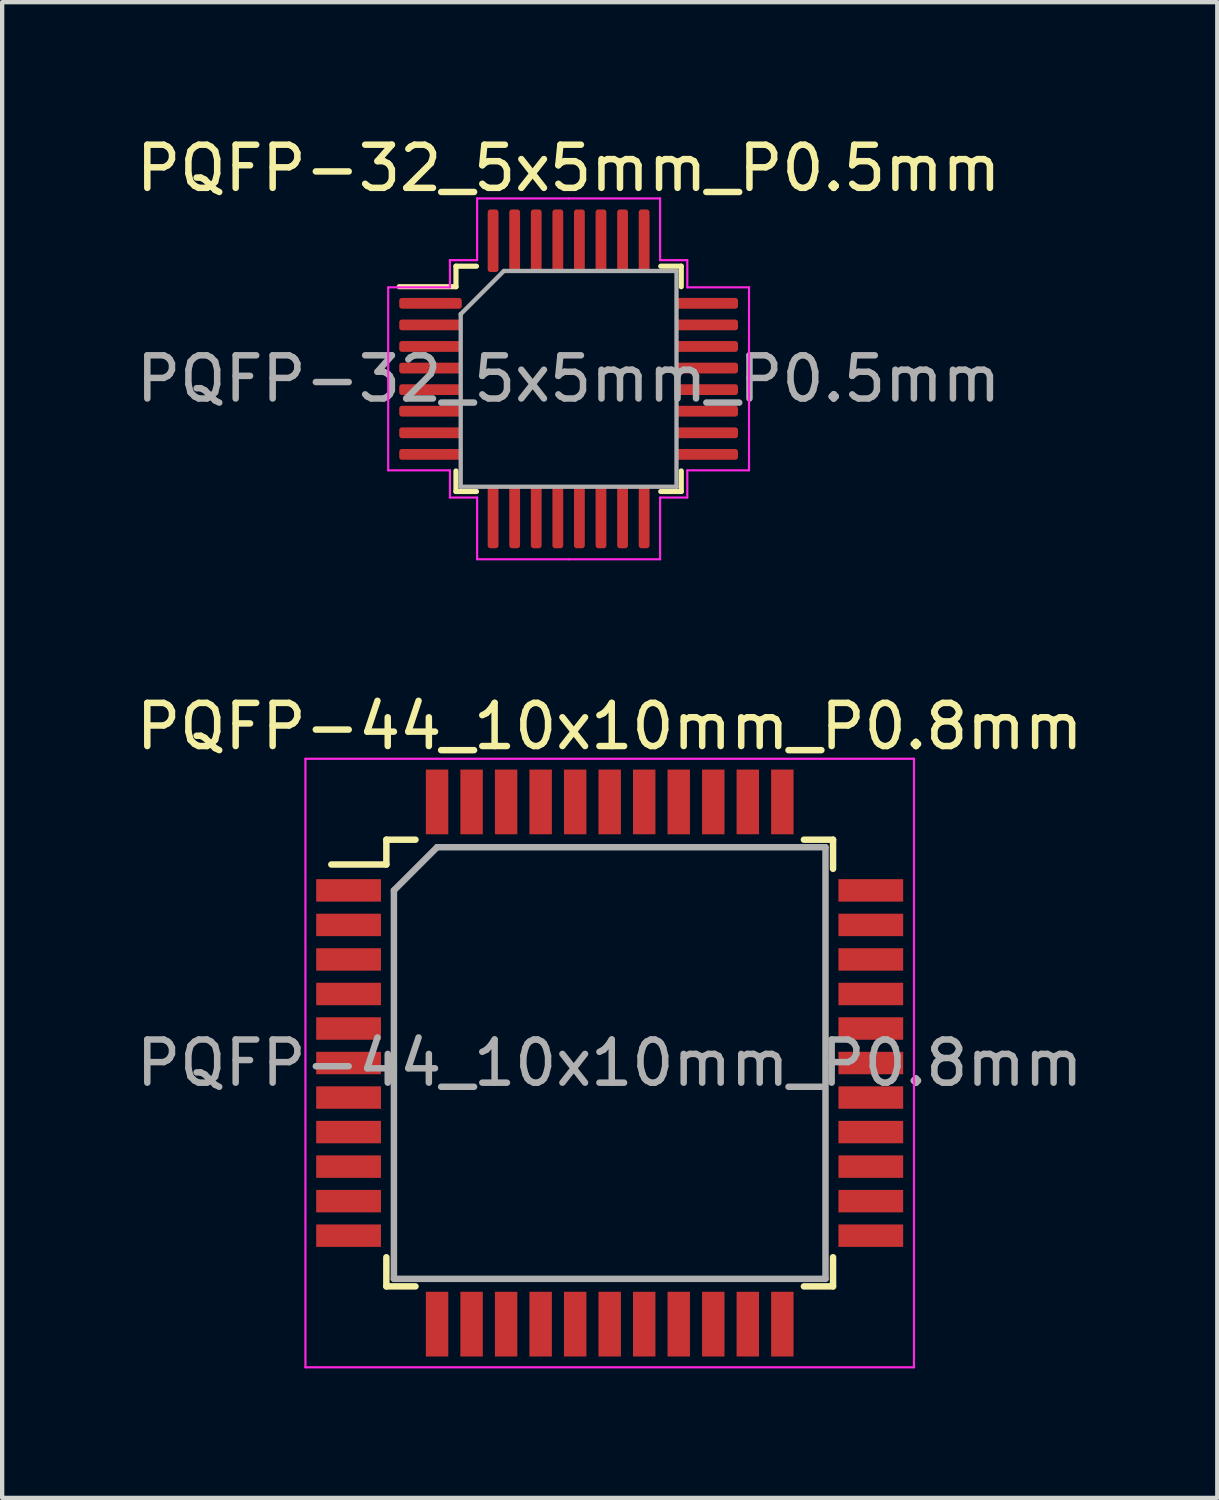
<source format=kicad_pcb>
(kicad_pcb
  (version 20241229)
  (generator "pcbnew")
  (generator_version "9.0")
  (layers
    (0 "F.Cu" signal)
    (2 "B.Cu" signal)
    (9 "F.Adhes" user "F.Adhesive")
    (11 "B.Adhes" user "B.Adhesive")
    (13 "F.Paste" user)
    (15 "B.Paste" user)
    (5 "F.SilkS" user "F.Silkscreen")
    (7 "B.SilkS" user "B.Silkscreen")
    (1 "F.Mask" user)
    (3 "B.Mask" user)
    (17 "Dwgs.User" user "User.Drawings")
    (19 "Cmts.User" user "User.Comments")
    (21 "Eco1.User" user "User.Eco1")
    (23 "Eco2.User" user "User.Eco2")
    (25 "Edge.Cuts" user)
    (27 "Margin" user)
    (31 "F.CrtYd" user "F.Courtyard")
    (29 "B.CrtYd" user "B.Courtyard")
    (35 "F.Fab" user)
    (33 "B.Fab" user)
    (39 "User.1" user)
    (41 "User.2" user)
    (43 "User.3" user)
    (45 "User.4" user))
  (footprint "PQFP-32_5x5mm_P0.5mm"
    (layer "F.Cu")
    (at 10.125 5.728)
    (property "Reference" "PQFP-32_5x5mm_P0.5mm" (at 0 -4.88 0) (layer "F.SilkS") (effects (font (size 1 1) (thickness 0.15))))
    (attr smd)
    (fp_line (start -2.61 -2.61) (end -2.61 -2.135) (stroke (width 0.12) (type solid)) (layer "F.SilkS"))
    (fp_line (start -2.61 -2.135) (end -3.925 -2.135) (stroke (width 0.12) (type solid)) (layer "F.SilkS"))
    (fp_line (start -2.61 2.61) (end -2.61 2.135) (stroke (width 0.12) (type solid)) (layer "F.SilkS"))
    (fp_line (start -2.135 -2.61) (end -2.61 -2.61) (stroke (width 0.12) (type solid)) (layer "F.SilkS"))
    (fp_line (start -2.135 2.61) (end -2.61 2.61) (stroke (width 0.12) (type solid)) (layer "F.SilkS"))
    (fp_line (start 2.135 -2.61) (end 2.61 -2.61) (stroke (width 0.12) (type solid)) (layer "F.SilkS"))
    (fp_line (start 2.135 2.61) (end 2.61 2.61) (stroke (width 0.12) (type solid)) (layer "F.SilkS"))
    (fp_line (start 2.61 -2.61) (end 2.61 -2.135) (stroke (width 0.12) (type solid)) (layer "F.SilkS"))
    (fp_line (start 2.61 2.61) (end 2.61 2.135) (stroke (width 0.12) (type solid)) (layer "F.SilkS"))
    (fp_line (start -4.18 -2.12) (end -4.18 0) (stroke (width 0.05) (type solid)) (layer "F.CrtYd"))
    (fp_line (start -4.18 2.12) (end -4.18 0) (stroke (width 0.05) (type solid)) (layer "F.CrtYd"))
    (fp_line (start -2.75 -2.75) (end -2.75 -2.12) (stroke (width 0.05) (type solid)) (layer "F.CrtYd"))
    (fp_line (start -2.75 -2.12) (end -4.18 -2.12) (stroke (width 0.05) (type solid)) (layer "F.CrtYd"))
    (fp_line (start -2.75 2.12) (end -4.18 2.12) (stroke (width 0.05) (type solid)) (layer "F.CrtYd"))
    (fp_line (start -2.75 2.75) (end -2.75 2.12) (stroke (width 0.05) (type solid)) (layer "F.CrtYd"))
    (fp_line (start -2.12 -4.18) (end -2.12 -2.75) (stroke (width 0.05) (type solid)) (layer "F.CrtYd"))
    (fp_line (start -2.12 -2.75) (end -2.75 -2.75) (stroke (width 0.05) (type solid)) (layer "F.CrtYd"))
    (fp_line (start -2.12 2.75) (end -2.75 2.75) (stroke (width 0.05) (type solid)) (layer "F.CrtYd"))
    (fp_line (start -2.12 4.18) (end -2.12 2.75) (stroke (width 0.05) (type solid)) (layer "F.CrtYd"))
    (fp_line (start 0 -4.18) (end -2.12 -4.18) (stroke (width 0.05) (type solid)) (layer "F.CrtYd"))
    (fp_line (start 0 -4.18) (end 2.12 -4.18) (stroke (width 0.05) (type solid)) (layer "F.CrtYd"))
    (fp_line (start 0 4.18) (end -2.12 4.18) (stroke (width 0.05) (type solid)) (layer "F.CrtYd"))
    (fp_line (start 0 4.18) (end 2.12 4.18) (stroke (width 0.05) (type solid)) (layer "F.CrtYd"))
    (fp_line (start 2.12 -4.18) (end 2.12 -2.75) (stroke (width 0.05) (type solid)) (layer "F.CrtYd"))
    (fp_line (start 2.12 -2.75) (end 2.75 -2.75) (stroke (width 0.05) (type solid)) (layer "F.CrtYd"))
    (fp_line (start 2.12 2.75) (end 2.75 2.75) (stroke (width 0.05) (type solid)) (layer "F.CrtYd"))
    (fp_line (start 2.12 4.18) (end 2.12 2.75) (stroke (width 0.05) (type solid)) (layer "F.CrtYd"))
    (fp_line (start 2.75 -2.75) (end 2.75 -2.12) (stroke (width 0.05) (type solid)) (layer "F.CrtYd"))
    (fp_line (start 2.75 -2.12) (end 4.18 -2.12) (stroke (width 0.05) (type solid)) (layer "F.CrtYd"))
    (fp_line (start 2.75 2.12) (end 4.18 2.12) (stroke (width 0.05) (type solid)) (layer "F.CrtYd"))
    (fp_line (start 2.75 2.75) (end 2.75 2.12) (stroke (width 0.05) (type solid)) (layer "F.CrtYd"))
    (fp_line (start 4.18 -2.12) (end 4.18 0) (stroke (width 0.05) (type solid)) (layer "F.CrtYd"))
    (fp_line (start 4.18 2.12) (end 4.18 0) (stroke (width 0.05) (type solid)) (layer "F.CrtYd"))
    (fp_line (start -2.5 -1.5) (end -1.5 -2.5) (stroke (width 0.1) (type solid)) (layer "F.Fab"))
    (fp_line (start -2.5 2.5) (end -2.5 -1.5) (stroke (width 0.1) (type solid)) (layer "F.Fab"))
    (fp_line (start -1.5 -2.5) (end 2.5 -2.5) (stroke (width 0.1) (type solid)) (layer "F.Fab"))
    (fp_line (start 2.5 -2.5) (end 2.5 2.5) (stroke (width 0.1) (type solid)) (layer "F.Fab"))
    (fp_line (start 2.5 2.5) (end -2.5 2.5) (stroke (width 0.1) (type solid)) (layer "F.Fab"))
    (fp_text user "${REFERENCE}" (at 0 0 0) (layer "F.Fab") (effects (font (size 1 1) (thickness 0.15))))
    (pad "1" smd roundrect (at -3.2 -1.75) (size 1.45 0.25) (layers "F.Cu" "F.Mask" "F.Paste") (roundrect_rratio 0.25))
    (pad "2" smd roundrect (at -3.2 -1.25) (size 1.45 0.25) (layers "F.Cu" "F.Mask" "F.Paste") (roundrect_rratio 0.25))
    (pad "3" smd roundrect (at -3.2 -0.75) (size 1.45 0.25) (layers "F.Cu" "F.Mask" "F.Paste") (roundrect_rratio 0.25))
    (pad "4" smd roundrect (at -3.2 -0.25) (size 1.45 0.25) (layers "F.Cu" "F.Mask" "F.Paste") (roundrect_rratio 0.25))
    (pad "5" smd roundrect (at -3.2 0.25) (size 1.45 0.25) (layers "F.Cu" "F.Mask" "F.Paste") (roundrect_rratio 0.25))
    (pad "6" smd roundrect (at -3.2 0.75) (size 1.45 0.25) (layers "F.Cu" "F.Mask" "F.Paste") (roundrect_rratio 0.25))
    (pad "7" smd roundrect (at -3.2 1.25) (size 1.45 0.25) (layers "F.Cu" "F.Mask" "F.Paste") (roundrect_rratio 0.25))
    (pad "8" smd roundrect (at -3.2 1.75) (size 1.45 0.25) (layers "F.Cu" "F.Mask" "F.Paste") (roundrect_rratio 0.25))
    (pad "9" smd roundrect (at -1.75 3.2) (size 0.25 1.45) (layers "F.Cu" "F.Mask" "F.Paste") (roundrect_rratio 0.25))
    (pad "10" smd roundrect (at -1.25 3.2) (size 0.25 1.45) (layers "F.Cu" "F.Mask" "F.Paste") (roundrect_rratio 0.25))
    (pad "11" smd roundrect (at -0.75 3.2) (size 0.25 1.45) (layers "F.Cu" "F.Mask" "F.Paste") (roundrect_rratio 0.25))
    (pad "12" smd roundrect (at -0.25 3.2) (size 0.25 1.45) (layers "F.Cu" "F.Mask" "F.Paste") (roundrect_rratio 0.25))
    (pad "13" smd roundrect (at 0.25 3.2) (size 0.25 1.45) (layers "F.Cu" "F.Mask" "F.Paste") (roundrect_rratio 0.25))
    (pad "14" smd roundrect (at 0.75 3.2) (size 0.25 1.45) (layers "F.Cu" "F.Mask" "F.Paste") (roundrect_rratio 0.25))
    (pad "15" smd roundrect (at 1.25 3.2) (size 0.25 1.45) (layers "F.Cu" "F.Mask" "F.Paste") (roundrect_rratio 0.25))
    (pad "16" smd roundrect (at 1.75 3.2) (size 0.25 1.45) (layers "F.Cu" "F.Mask" "F.Paste") (roundrect_rratio 0.25))
    (pad "17" smd roundrect (at 3.2 1.75) (size 1.45 0.25) (layers "F.Cu" "F.Mask" "F.Paste") (roundrect_rratio 0.25))
    (pad "18" smd roundrect (at 3.2 1.25) (size 1.45 0.25) (layers "F.Cu" "F.Mask" "F.Paste") (roundrect_rratio 0.25))
    (pad "19" smd roundrect (at 3.2 0.75) (size 1.45 0.25) (layers "F.Cu" "F.Mask" "F.Paste") (roundrect_rratio 0.25))
    (pad "20" smd roundrect (at 3.2 0.25) (size 1.45 0.25) (layers "F.Cu" "F.Mask" "F.Paste") (roundrect_rratio 0.25))
    (pad "21" smd roundrect (at 3.2 -0.25) (size 1.45 0.25) (layers "F.Cu" "F.Mask" "F.Paste") (roundrect_rratio 0.25))
    (pad "22" smd roundrect (at 3.2 -0.75) (size 1.45 0.25) (layers "F.Cu" "F.Mask" "F.Paste") (roundrect_rratio 0.25))
    (pad "23" smd roundrect (at 3.2 -1.25) (size 1.45 0.25) (layers "F.Cu" "F.Mask" "F.Paste") (roundrect_rratio 0.25))
    (pad "24" smd roundrect (at 3.2 -1.75) (size 1.45 0.25) (layers "F.Cu" "F.Mask" "F.Paste") (roundrect_rratio 0.25))
    (pad "25" smd roundrect (at 1.75 -3.2) (size 0.25 1.45) (layers "F.Cu" "F.Mask" "F.Paste") (roundrect_rratio 0.25))
    (pad "26" smd roundrect (at 1.25 -3.2) (size 0.25 1.45) (layers "F.Cu" "F.Mask" "F.Paste") (roundrect_rratio 0.25))
    (pad "27" smd roundrect (at 0.75 -3.2) (size 0.25 1.45) (layers "F.Cu" "F.Mask" "F.Paste") (roundrect_rratio 0.25))
    (pad "28" smd roundrect (at 0.25 -3.2) (size 0.25 1.45) (layers "F.Cu" "F.Mask" "F.Paste") (roundrect_rratio 0.25))
    (pad "29" smd roundrect (at -0.25 -3.2) (size 0.25 1.45) (layers "F.Cu" "F.Mask" "F.Paste") (roundrect_rratio 0.25))
    (pad "30" smd roundrect (at -0.75 -3.2) (size 0.25 1.45) (layers "F.Cu" "F.Mask" "F.Paste") (roundrect_rratio 0.25))
    (pad "31" smd roundrect (at -1.25 -3.2) (size 0.25 1.45) (layers "F.Cu" "F.Mask" "F.Paste") (roundrect_rratio 0.25))
    (pad "32" smd roundrect (at -1.75 -3.2) (size 0.25 1.45) (layers "F.Cu" "F.Mask" "F.Paste") (roundrect_rratio 0.25)))
  (footprint "PQFP-44_10x10mm_P0.8mm"
    (layer "F.Cu")
    (at 11.077 21.581)
    (property "Reference" "PQFP-44_10x10mm_P0.8mm" (at 0 -7.8 0) (layer "F.SilkS") (effects (font (size 1 1) (thickness 0.15))))
    (attr smd)
    (fp_line (start -5.175 -5.175) (end -5.175 -4.6) (stroke (width 0.15) (type solid)) (layer "F.SilkS"))
    (fp_line (start -5.175 -5.175) (end -4.5 -5.175) (stroke (width 0.15) (type solid)) (layer "F.SilkS"))
    (fp_line (start -5.175 -4.6) (end -6.45 -4.6) (stroke (width 0.15) (type solid)) (layer "F.SilkS"))
    (fp_line (start -5.175 5.175) (end -5.175 4.5) (stroke (width 0.15) (type solid)) (layer "F.SilkS"))
    (fp_line (start -5.175 5.175) (end -4.5 5.175) (stroke (width 0.15) (type solid)) (layer "F.SilkS"))
    (fp_line (start 5.175 -5.175) (end 4.5 -5.175) (stroke (width 0.15) (type solid)) (layer "F.SilkS"))
    (fp_line (start 5.175 -5.175) (end 5.175 -4.5) (stroke (width 0.15) (type solid)) (layer "F.SilkS"))
    (fp_line (start 5.175 5.175) (end 4.5 5.175) (stroke (width 0.15) (type solid)) (layer "F.SilkS"))
    (fp_line (start 5.175 5.175) (end 5.175 4.5) (stroke (width 0.15) (type solid)) (layer "F.SilkS"))
    (fp_line (start -7.05 -7.05) (end -7.05 7.05) (stroke (width 0.05) (type solid)) (layer "F.CrtYd"))
    (fp_line (start -7.05 -7.05) (end 7.05 -7.05) (stroke (width 0.05) (type solid)) (layer "F.CrtYd"))
    (fp_line (start -7.05 7.05) (end 7.05 7.05) (stroke (width 0.05) (type solid)) (layer "F.CrtYd"))
    (fp_line (start 7.05 -7.05) (end 7.05 7.05) (stroke (width 0.05) (type solid)) (layer "F.CrtYd"))
    (fp_line (start -5 -4) (end -4 -5) (stroke (width 0.15) (type solid)) (layer "F.Fab"))
    (fp_line (start -5 5) (end -5 -4) (stroke (width 0.15) (type solid)) (layer "F.Fab"))
    (fp_line (start -4 -5) (end 5 -5) (stroke (width 0.15) (type solid)) (layer "F.Fab"))
    (fp_line (start 5 -5) (end 5 5) (stroke (width 0.15) (type solid)) (layer "F.Fab"))
    (fp_line (start 5 5) (end -5 5) (stroke (width 0.15) (type solid)) (layer "F.Fab"))
    (fp_text user "${REFERENCE}" (at 0 0 0) (layer "F.Fab") (effects (font (size 1 1) (thickness 0.15))))
    (pad "1" smd rect (at -6.05 -4) (size 1.5 0.52) (layers "F.Cu" "F.Mask" "F.Paste"))
    (pad "2" smd rect (at -6.05 -3.2) (size 1.5 0.52) (layers "F.Cu" "F.Mask" "F.Paste"))
    (pad "3" smd rect (at -6.05 -2.4) (size 1.5 0.52) (layers "F.Cu" "F.Mask" "F.Paste"))
    (pad "4" smd rect (at -6.05 -1.6) (size 1.5 0.52) (layers "F.Cu" "F.Mask" "F.Paste"))
    (pad "5" smd rect (at -6.05 -0.8) (size 1.5 0.52) (layers "F.Cu" "F.Mask" "F.Paste"))
    (pad "6" smd rect (at -6.05 0) (size 1.5 0.52) (layers "F.Cu" "F.Mask" "F.Paste"))
    (pad "7" smd rect (at -6.05 0.8) (size 1.5 0.52) (layers "F.Cu" "F.Mask" "F.Paste"))
    (pad "8" smd rect (at -6.05 1.6) (size 1.5 0.52) (layers "F.Cu" "F.Mask" "F.Paste"))
    (pad "9" smd rect (at -6.05 2.4) (size 1.5 0.52) (layers "F.Cu" "F.Mask" "F.Paste"))
    (pad "10" smd rect (at -6.05 3.2) (size 1.5 0.52) (layers "F.Cu" "F.Mask" "F.Paste"))
    (pad "11" smd rect (at -6.05 4) (size 1.5 0.52) (layers "F.Cu" "F.Mask" "F.Paste"))
    (pad "12" smd rect (at -4 6.05) (size 0.52 1.5) (layers "F.Cu" "F.Mask" "F.Paste"))
    (pad "13" smd rect (at -3.2 6.05) (size 0.52 1.5) (layers "F.Cu" "F.Mask" "F.Paste"))
    (pad "14" smd rect (at -2.4 6.05) (size 0.52 1.5) (layers "F.Cu" "F.Mask" "F.Paste"))
    (pad "15" smd rect (at -1.6 6.05) (size 0.52 1.5) (layers "F.Cu" "F.Mask" "F.Paste"))
    (pad "16" smd rect (at -0.8 6.05) (size 0.52 1.5) (layers "F.Cu" "F.Mask" "F.Paste"))
    (pad "17" smd rect (at 0 6.05) (size 0.52 1.5) (layers "F.Cu" "F.Mask" "F.Paste"))
    (pad "18" smd rect (at 0.8 6.05) (size 0.52 1.5) (layers "F.Cu" "F.Mask" "F.Paste"))
    (pad "19" smd rect (at 1.6 6.05) (size 0.52 1.5) (layers "F.Cu" "F.Mask" "F.Paste"))
    (pad "20" smd rect (at 2.4 6.05) (size 0.52 1.5) (layers "F.Cu" "F.Mask" "F.Paste"))
    (pad "21" smd rect (at 3.2 6.05) (size 0.52 1.5) (layers "F.Cu" "F.Mask" "F.Paste"))
    (pad "22" smd rect (at 4 6.05) (size 0.52 1.5) (layers "F.Cu" "F.Mask" "F.Paste"))
    (pad "23" smd rect (at 6.05 4) (size 1.5 0.52) (layers "F.Cu" "F.Mask" "F.Paste"))
    (pad "24" smd rect (at 6.05 3.2) (size 1.5 0.52) (layers "F.Cu" "F.Mask" "F.Paste"))
    (pad "25" smd rect (at 6.05 2.4) (size 1.5 0.52) (layers "F.Cu" "F.Mask" "F.Paste"))
    (pad "26" smd rect (at 6.05 1.6) (size 1.5 0.52) (layers "F.Cu" "F.Mask" "F.Paste"))
    (pad "27" smd rect (at 6.05 0.8) (size 1.5 0.52) (layers "F.Cu" "F.Mask" "F.Paste"))
    (pad "28" smd rect (at 6.05 0) (size 1.5 0.52) (layers "F.Cu" "F.Mask" "F.Paste"))
    (pad "29" smd rect (at 6.05 -0.8) (size 1.5 0.52) (layers "F.Cu" "F.Mask" "F.Paste"))
    (pad "30" smd rect (at 6.05 -1.6) (size 1.5 0.52) (layers "F.Cu" "F.Mask" "F.Paste"))
    (pad "31" smd rect (at 6.05 -2.4) (size 1.5 0.52) (layers "F.Cu" "F.Mask" "F.Paste"))
    (pad "32" smd rect (at 6.05 -3.2) (size 1.5 0.52) (layers "F.Cu" "F.Mask" "F.Paste"))
    (pad "33" smd rect (at 6.05 -4) (size 1.5 0.52) (layers "F.Cu" "F.Mask" "F.Paste"))
    (pad "34" smd rect (at 4 -6.05) (size 0.52 1.5) (layers "F.Cu" "F.Mask" "F.Paste"))
    (pad "35" smd rect (at 3.2 -6.05) (size 0.52 1.5) (layers "F.Cu" "F.Mask" "F.Paste"))
    (pad "36" smd rect (at 2.4 -6.05) (size 0.52 1.5) (layers "F.Cu" "F.Mask" "F.Paste"))
    (pad "37" smd rect (at 1.6 -6.05) (size 0.52 1.5) (layers "F.Cu" "F.Mask" "F.Paste"))
    (pad "38" smd rect (at 0.8 -6.05) (size 0.52 1.5) (layers "F.Cu" "F.Mask" "F.Paste"))
    (pad "39" smd rect (at 0 -6.05) (size 0.52 1.5) (layers "F.Cu" "F.Mask" "F.Paste"))
    (pad "40" smd rect (at -0.8 -6.05) (size 0.52 1.5) (layers "F.Cu" "F.Mask" "F.Paste"))
    (pad "41" smd rect (at -1.6 -6.05) (size 0.52 1.5) (layers "F.Cu" "F.Mask" "F.Paste"))
    (pad "42" smd rect (at -2.4 -6.05) (size 0.52 1.5) (layers "F.Cu" "F.Mask" "F.Paste"))
    (pad "43" smd rect (at -3.2 -6.05) (size 0.52 1.5) (layers "F.Cu" "F.Mask" "F.Paste"))
    (pad "44" smd rect (at -4 -6.05) (size 0.52 1.5) (layers "F.Cu" "F.Mask" "F.Paste")))
  (gr_rect
    (start -3 -3)
    (end 25.155 31.657)
    (stroke (width 0.1) (type default))
    (fill no)
    (layer "Edge.Cuts")))
</source>
